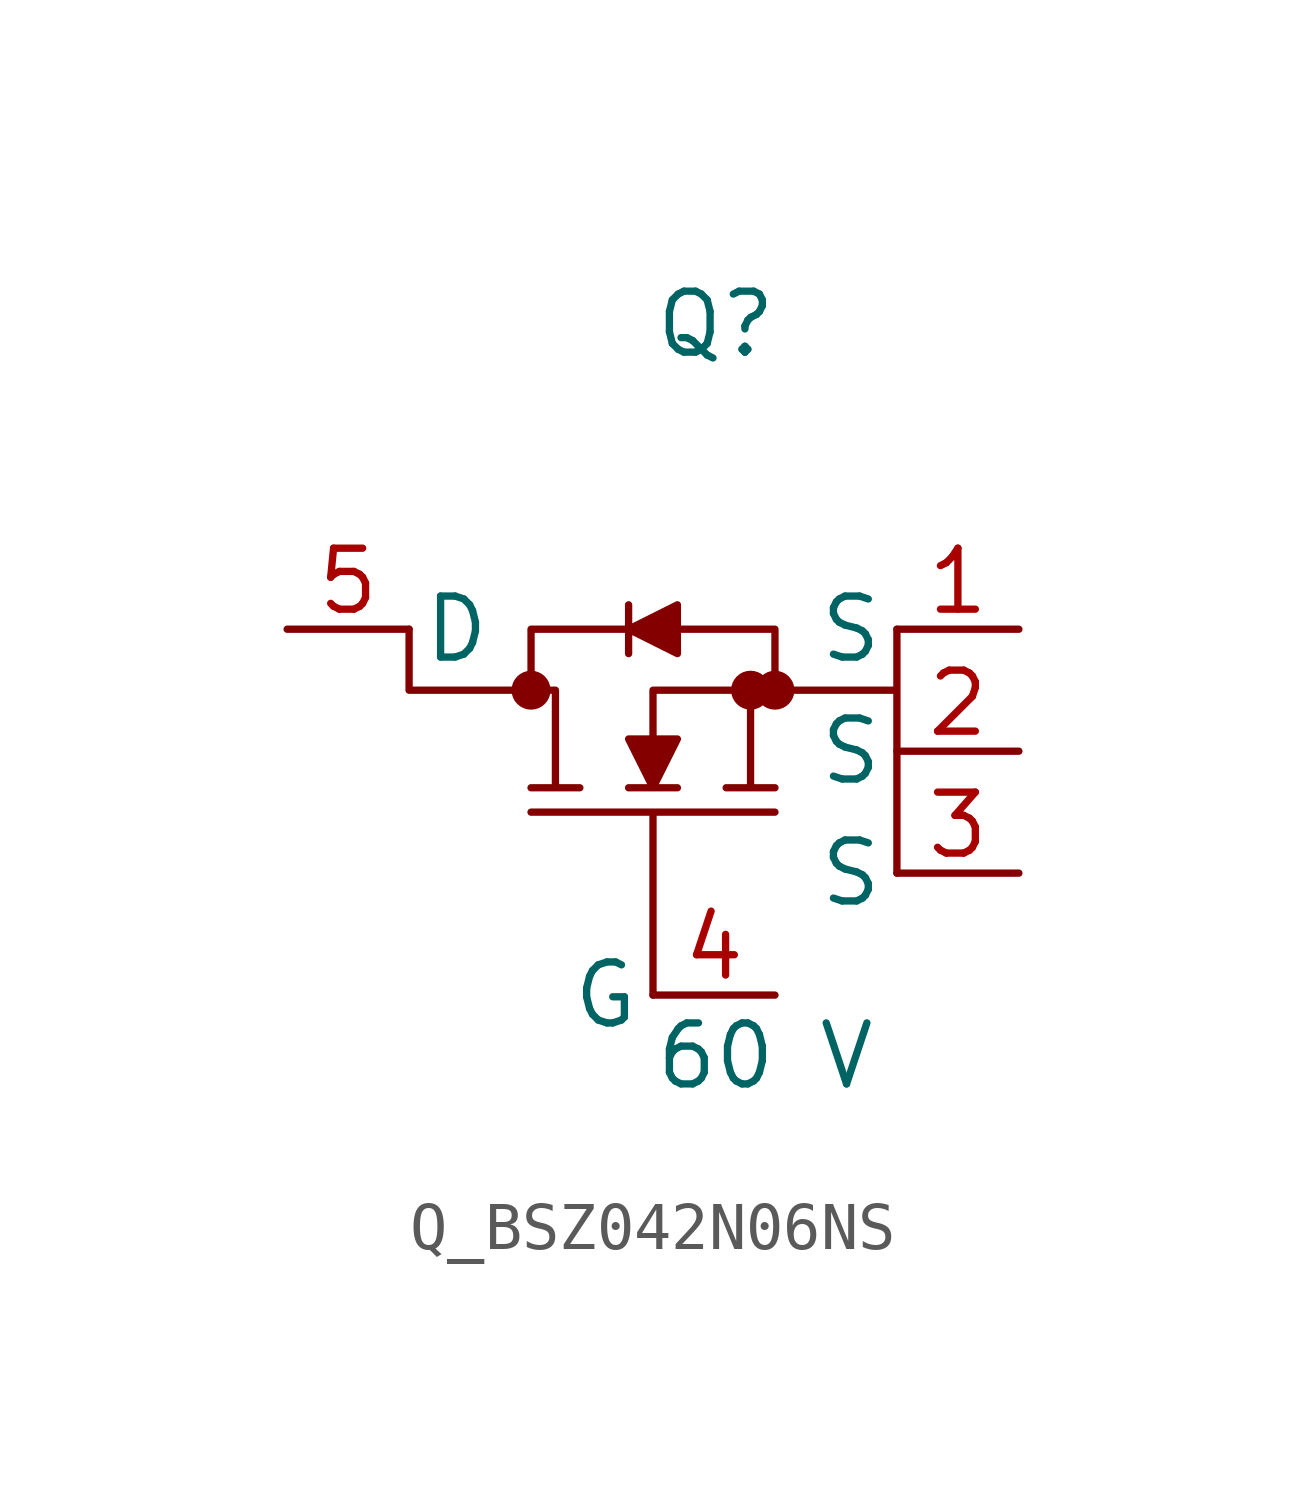
<source format=kicad_sym>
(kicad_symbol_lib
  (version 20231120)
  (generator kicad_symbol_editor)
  (generator_version 8.0)
  (symbol "Q_BSZ042N06NS"
    (pin_names
      (offset 0.254))
    (property "Reference" "Q"
      (at 0 7.62 0)
      (effects (font (size 1.27 1.27)) (justify left)))
    (property "Value" "60 V"
      (at 0 -7.62 0)
      (effects (font (size 1.27 1.27)) (justify left)))
    (symbol "Q_BSZ042N06NS_1_0"
      (polyline (pts (xy 0 -6.35) (xy 0 -2.54) (xy -2.54 -2.54) (xy 2.54 -2.54) (xy 0 -2.54) (xy 0 -6.35)) (stroke (width 0) (type default)) (fill (type none)))
      (polyline (pts (xy 5.08 1.27) (xy 5.08 0.0) (xy 2.54 0.0) (xy 2.54 1.27) (xy 0.508 1.27) (xy 0.508 1.778) (xy -0.508 1.27) (xy -0.508 1.778) (xy -0.508 1.27) (xy -2.54 1.27) (xy -2.54 0.0) (xy -5.08 0.0) (xy -5.08 1.27) (xy -5.08 0.0) (xy -2.032 0.0) (xy -2.032 -2.032) (xy -2.54 -2.032) (xy -1.524 -2.032) (xy -2.032 -2.032) (xy -2.032 0.0) (xy -2.54 0.0) (xy -2.54 1.27) (xy -0.508 1.27) (xy -0.508 0.762) (xy -0.508 1.27) (xy 0.508 0.762) (xy 0.508 1.27) (xy 2.54 1.27) (xy 2.54 0.0) (xy 0 0.0) (xy 0 -1.016) (xy -0.508 -1.016) (xy 0 -2.032) (xy -0.508 -2.032) (xy 0.508 -2.032) (xy 0 -2.032) (xy 0.508 -1.016) (xy 0 -1.016) (xy 0 0.0) (xy 2.032 0.0) (xy 2.032 -2.032) (xy 1.524 -2.032) (xy 2.54 -2.032) (xy 2.032 -2.032) (xy 2.032 0.0) (xy 5.08 0.0) (xy 5.08 -3.81)) (stroke (width 0) (type default)) (fill (type outline)))
      (circle (center -2.54 0.0) (radius 0.025) (stroke (width 0.381) (type default)) (fill (type none)))
      (circle (center 2.032 0.0) (radius 0.025) (stroke (width 0.381) (type default)) (fill (type none)))
      (circle (center 2.54 0.0) (radius 0.025) (stroke (width 0.381) (type default)) (fill (type none)))
      (pin unspecified line (at -7.62 1.27 0) (length 2.54) (name "D" (effects (font (size 1.27 1.27)))) (number "5" (effects (font (size 1.27 1.27)))))
      (pin unspecified line (at 7.62 1.27 180) (length 2.54) (name "S" (effects (font (size 1.27 1.27)))) (number "1" (effects (font (size 1.27 1.27)))))
      (pin unspecified line (at 7.62 -1.27 180) (length 2.54) (name "S" (effects (font (size 1.27 1.27)))) (number "2" (effects (font (size 1.27 1.27)))))
      (pin unspecified line (at 7.62 -3.81 180) (length 2.54) (name "S" (effects (font (size 1.27 1.27)))) (number "3" (effects (font (size 1.27 1.27)))))
      (pin unspecified line (at 2.54 -6.35 180) (length 2.54) (name "G" (effects (font (size 1.27 1.27)))) (number "4" (effects (font (size 1.27 1.27))))))))
</source>
